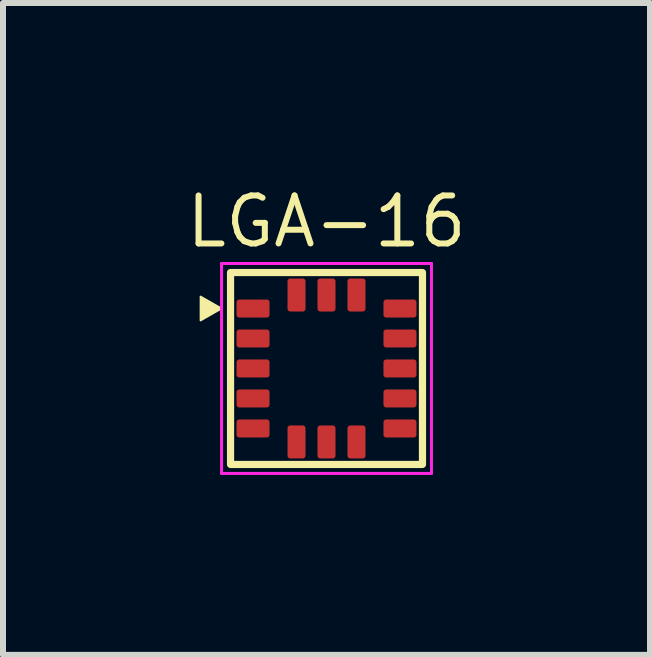
<source format=kicad_pcb>
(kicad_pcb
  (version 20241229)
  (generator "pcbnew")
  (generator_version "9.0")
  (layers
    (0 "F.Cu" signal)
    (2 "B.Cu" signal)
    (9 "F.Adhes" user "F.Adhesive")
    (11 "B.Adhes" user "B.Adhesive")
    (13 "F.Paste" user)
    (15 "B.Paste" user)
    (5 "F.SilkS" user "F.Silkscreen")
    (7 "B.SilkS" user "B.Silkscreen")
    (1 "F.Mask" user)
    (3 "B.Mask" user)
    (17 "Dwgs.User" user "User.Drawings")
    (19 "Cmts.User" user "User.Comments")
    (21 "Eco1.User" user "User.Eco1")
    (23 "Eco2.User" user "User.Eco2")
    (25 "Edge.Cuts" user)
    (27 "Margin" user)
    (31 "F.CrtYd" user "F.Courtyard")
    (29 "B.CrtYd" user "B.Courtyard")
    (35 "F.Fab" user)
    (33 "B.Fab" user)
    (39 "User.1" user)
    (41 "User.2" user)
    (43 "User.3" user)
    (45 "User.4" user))
  (footprint "LGA-16"
    (layer "F.Cu")
    (at 2.394 3.094)
    (property "Reference" "LGA-16" (at 0 -2.45 0) (layer "F.SilkS") (effects (font (size 0.8 0.8) (thickness 0.1))))
    (attr smd)
    (fp_rect (start -1.6 -1.6) (end 1.6 1.6) (stroke (width 0.12) (type default)) (fill no) (layer "F.SilkS"))
    (fp_poly (pts (xy -1.75 -1) (xy -2.1 -0.8) (xy -2.1 -1.2)) (stroke (width 0.03) (type solid)) (fill yes) (layer "F.SilkS"))
    (fp_line (start -1.75 -1.75) (end -1.75 1.75) (stroke (width 0.05) (type solid)) (layer "F.CrtYd"))
    (fp_line (start -1.75 1.75) (end 1.75 1.75) (stroke (width 0.05) (type solid)) (layer "F.CrtYd"))
    (fp_line (start 1.75 -1.75) (end -1.75 -1.75) (stroke (width 0.05) (type solid)) (layer "F.CrtYd"))
    (fp_line (start 1.75 1.75) (end 1.75 -1.75) (stroke (width 0.05) (type solid)) (layer "F.CrtYd"))
    (pad "1" smd roundrect (at -1.225 -1) (size 0.55 0.3) (layers "F.Cu" "F.Mask" "F.Paste") (roundrect_rratio 0.15))
    (pad "2" smd roundrect (at -1.225 -0.5) (size 0.55 0.3) (layers "F.Cu" "F.Mask" "F.Paste") (roundrect_rratio 0.15))
    (pad "3" smd roundrect (at -1.225 0) (size 0.55 0.3) (layers "F.Cu" "F.Mask" "F.Paste") (roundrect_rratio 0.15))
    (pad "4" smd roundrect (at -1.225 0.5) (size 0.55 0.3) (layers "F.Cu" "F.Mask" "F.Paste") (roundrect_rratio 0.15))
    (pad "5" smd roundrect (at -1.225 1) (size 0.55 0.3) (layers "F.Cu" "F.Mask" "F.Paste") (roundrect_rratio 0.15))
    (pad "6" smd roundrect (at -0.5 1.225) (size 0.3 0.55) (layers "F.Cu" "F.Mask" "F.Paste") (roundrect_rratio 0.15))
    (pad "7" smd roundrect (at 0 1.225) (size 0.3 0.55) (layers "F.Cu" "F.Mask" "F.Paste") (roundrect_rratio 0.15))
    (pad "8" smd roundrect (at 0.5 1.225) (size 0.3 0.55) (layers "F.Cu" "F.Mask" "F.Paste") (roundrect_rratio 0.15))
    (pad "9" smd roundrect (at 1.225 1) (size 0.55 0.3) (layers "F.Cu" "F.Mask" "F.Paste") (roundrect_rratio 0.15))
    (pad "10" smd roundrect (at 1.225 0.5) (size 0.55 0.3) (layers "F.Cu" "F.Mask" "F.Paste") (roundrect_rratio 0.15))
    (pad "11" smd roundrect (at 1.225 0) (size 0.55 0.3) (layers "F.Cu" "F.Mask" "F.Paste") (roundrect_rratio 0.15))
    (pad "12" smd roundrect (at 1.225 -0.5) (size 0.55 0.3) (layers "F.Cu" "F.Mask" "F.Paste") (roundrect_rratio 0.15))
    (pad "13" smd roundrect (at 1.225 -1) (size 0.55 0.3) (layers "F.Cu" "F.Mask" "F.Paste") (roundrect_rratio 0.15))
    (pad "14" smd roundrect (at 0.5 -1.225) (size 0.3 0.55) (layers "F.Cu" "F.Mask" "F.Paste") (roundrect_rratio 0.15))
    (pad "15" smd roundrect (at 0 -1.225) (size 0.3 0.55) (layers "F.Cu" "F.Mask" "F.Paste") (roundrect_rratio 0.15))
    (pad "16" smd roundrect (at -0.5 -1.225) (size 0.3 0.55) (layers "F.Cu" "F.Mask" "F.Paste") (roundrect_rratio 0.15)))
  (gr_rect
    (start -3 -3)
    (end 7.788 7.869)
    (stroke (width 0.1) (type default))
    (fill no)
    (layer "Edge.Cuts")))
</source>
